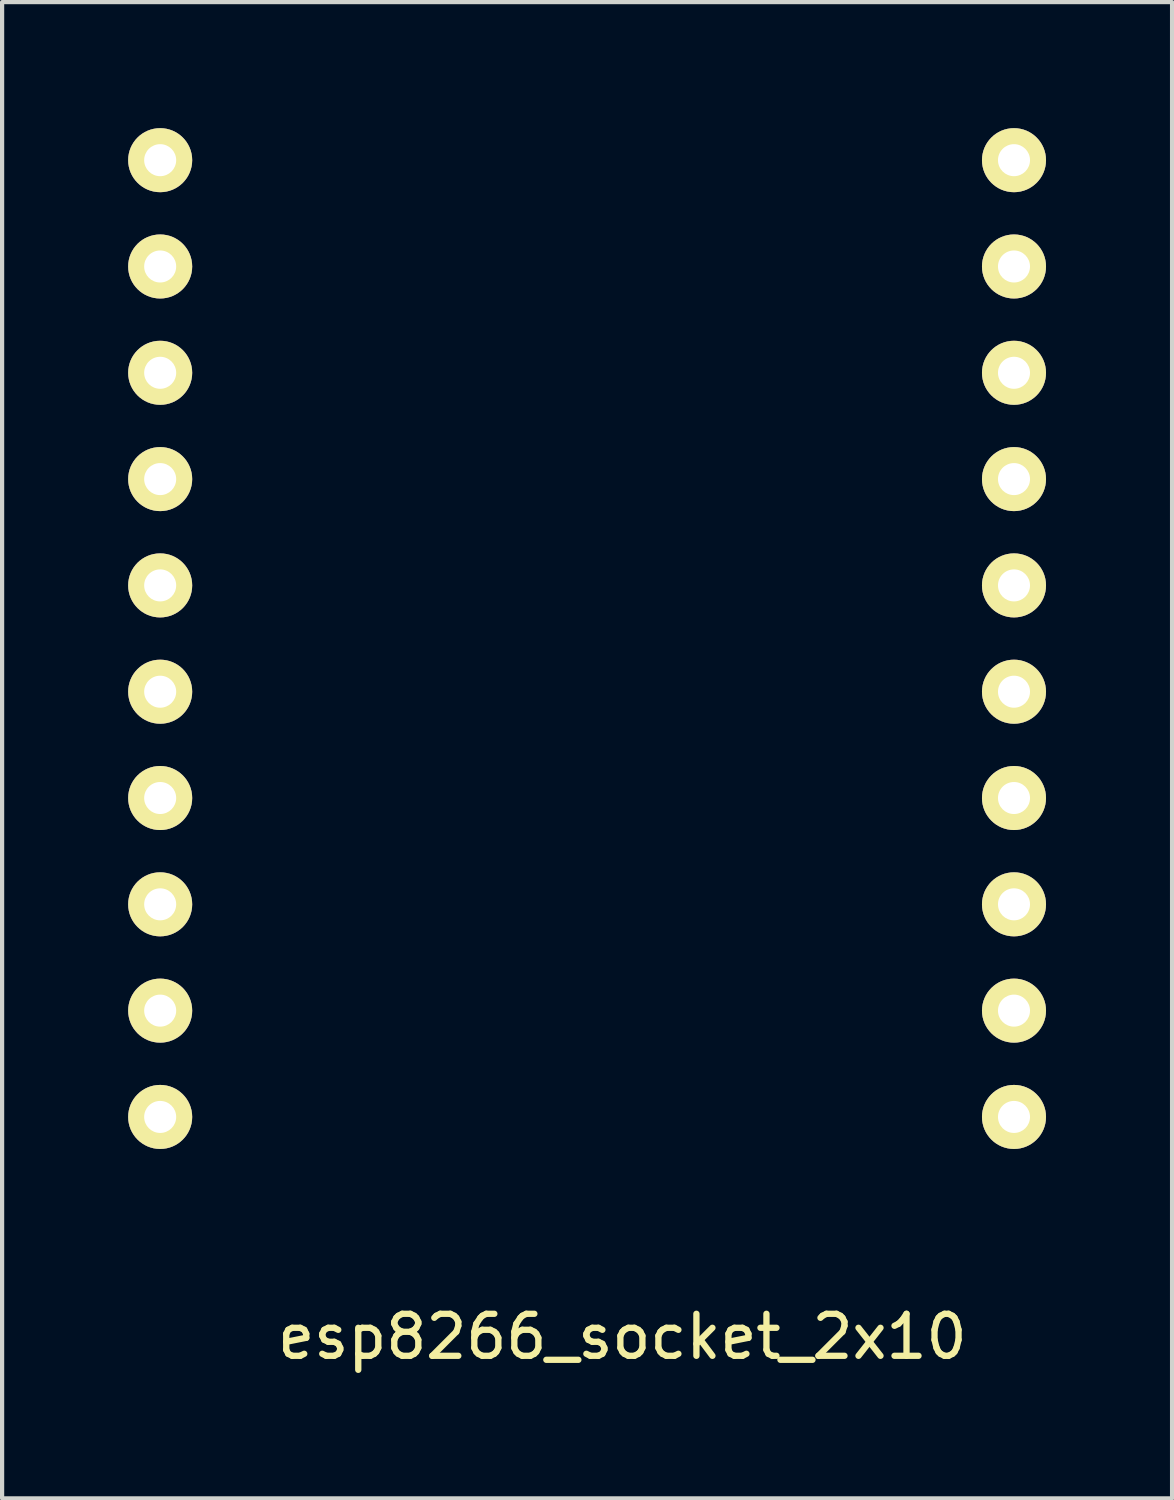
<source format=kicad_pcb>
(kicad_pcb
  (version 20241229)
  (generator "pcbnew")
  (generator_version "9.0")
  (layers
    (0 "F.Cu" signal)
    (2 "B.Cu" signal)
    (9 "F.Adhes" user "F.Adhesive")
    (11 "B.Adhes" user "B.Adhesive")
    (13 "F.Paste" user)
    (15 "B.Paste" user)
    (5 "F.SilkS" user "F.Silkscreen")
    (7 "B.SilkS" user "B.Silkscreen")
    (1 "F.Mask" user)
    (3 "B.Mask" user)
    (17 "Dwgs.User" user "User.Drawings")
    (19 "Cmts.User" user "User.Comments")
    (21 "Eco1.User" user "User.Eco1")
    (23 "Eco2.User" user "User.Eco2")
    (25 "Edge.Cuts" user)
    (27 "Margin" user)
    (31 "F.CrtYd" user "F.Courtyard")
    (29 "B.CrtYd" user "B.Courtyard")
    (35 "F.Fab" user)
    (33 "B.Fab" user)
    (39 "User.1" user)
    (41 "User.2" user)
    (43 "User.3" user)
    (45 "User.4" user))
  (footprint "esp8266_socket_2x10"
    (layer "F.Cu")
    (at 0.762 0.762)
    (property "Reference" "esp8266_socket_2x10" (at 11 28 0) (layer "F.SilkS") (effects (font (size 1 1) (thickness 0.15))))
    (attr through_hole)
    (pad "1" thru_hole circle (at 0 0) (size 1.524 1.524) (drill 0.762) (layers "*.Cu" "*.Mask" "F.SilkS"))
    (pad "2" thru_hole circle (at 0 2.53) (size 1.524 1.524) (drill 0.762) (layers "*.Cu" "*.Mask" "F.SilkS"))
    (pad "3" thru_hole circle (at 0 5.06) (size 1.524 1.524) (drill 0.762) (layers "*.Cu" "*.Mask" "F.SilkS"))
    (pad "4" thru_hole circle (at 0 7.59) (size 1.524 1.524) (drill 0.762) (layers "*.Cu" "*.Mask" "F.SilkS"))
    (pad "5" thru_hole circle (at 0 10.12) (size 1.524 1.524) (drill 0.762) (layers "*.Cu" "*.Mask" "F.SilkS"))
    (pad "6" thru_hole circle (at 0 12.65) (size 1.524 1.524) (drill 0.762) (layers "*.Cu" "*.Mask" "F.SilkS"))
    (pad "7" thru_hole circle (at 0 15.18) (size 1.524 1.524) (drill 0.762) (layers "*.Cu" "*.Mask" "F.SilkS"))
    (pad "8" thru_hole circle (at 0 17.71) (size 1.524 1.524) (drill 0.762) (layers "*.Cu" "*.Mask" "F.SilkS"))
    (pad "9" thru_hole circle (at 0 20.24) (size 1.524 1.524) (drill 0.762) (layers "*.Cu" "*.Mask" "F.SilkS"))
    (pad "10" thru_hole circle (at 0 22.77) (size 1.524 1.524) (drill 0.762) (layers "*.Cu" "*.Mask" "F.SilkS"))
    (pad "11" thru_hole circle (at 20.32 22.77) (size 1.524 1.524) (drill 0.762) (layers "*.Cu" "*.Mask" "F.SilkS"))
    (pad "12" thru_hole circle (at 20.32 20.24) (size 1.524 1.524) (drill 0.762) (layers "*.Cu" "*.Mask" "F.SilkS"))
    (pad "13" thru_hole circle (at 20.32 17.71) (size 1.524 1.524) (drill 0.762) (layers "*.Cu" "*.Mask" "F.SilkS"))
    (pad "14" thru_hole circle (at 20.32 15.18) (size 1.524 1.524) (drill 0.762) (layers "*.Cu" "*.Mask" "F.SilkS"))
    (pad "15" thru_hole circle (at 20.32 12.65) (size 1.524 1.524) (drill 0.762) (layers "*.Cu" "*.Mask" "F.SilkS"))
    (pad "16" thru_hole circle (at 20.32 10.12) (size 1.524 1.524) (drill 0.762) (layers "*.Cu" "*.Mask" "F.SilkS"))
    (pad "17" thru_hole circle (at 20.32 7.59) (size 1.524 1.524) (drill 0.762) (layers "*.Cu" "*.Mask" "F.SilkS"))
    (pad "18" thru_hole circle (at 20.32 5.06) (size 1.524 1.524) (drill 0.762) (layers "*.Cu" "*.Mask" "F.SilkS"))
    (pad "19" thru_hole circle (at 20.32 2.53) (size 1.524 1.524) (drill 0.762) (layers "*.Cu" "*.Mask" "F.SilkS"))
    (pad "20" thru_hole circle (at 20.32 0) (size 1.524 1.524) (drill 0.762) (layers "*.Cu" "*.Mask" "F.SilkS")))
  (gr_rect
    (start -3 -3)
    (end 24.844 32.61)
    (stroke (width 0.1) (type default))
    (fill no)
    (layer "Edge.Cuts")))
</source>
